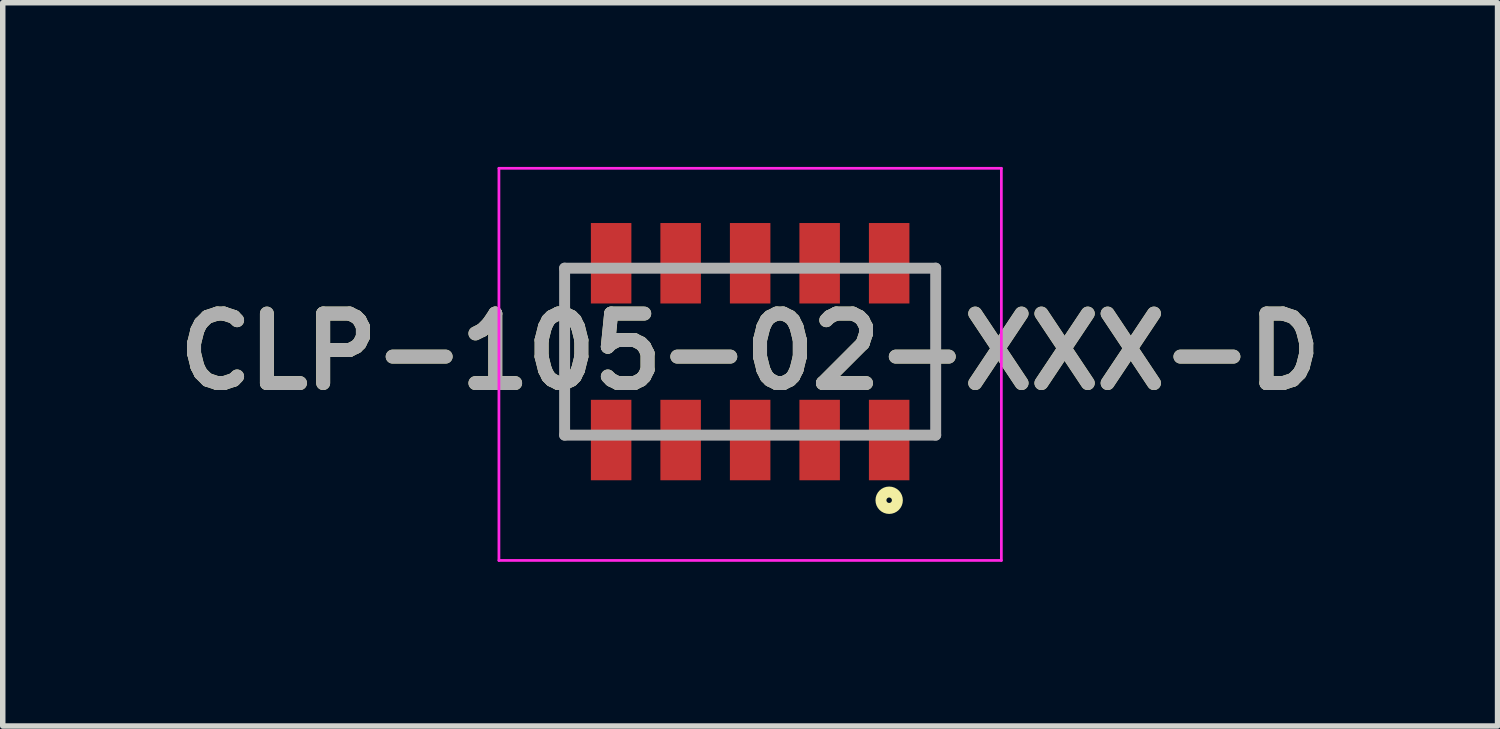
<source format=kicad_pcb>
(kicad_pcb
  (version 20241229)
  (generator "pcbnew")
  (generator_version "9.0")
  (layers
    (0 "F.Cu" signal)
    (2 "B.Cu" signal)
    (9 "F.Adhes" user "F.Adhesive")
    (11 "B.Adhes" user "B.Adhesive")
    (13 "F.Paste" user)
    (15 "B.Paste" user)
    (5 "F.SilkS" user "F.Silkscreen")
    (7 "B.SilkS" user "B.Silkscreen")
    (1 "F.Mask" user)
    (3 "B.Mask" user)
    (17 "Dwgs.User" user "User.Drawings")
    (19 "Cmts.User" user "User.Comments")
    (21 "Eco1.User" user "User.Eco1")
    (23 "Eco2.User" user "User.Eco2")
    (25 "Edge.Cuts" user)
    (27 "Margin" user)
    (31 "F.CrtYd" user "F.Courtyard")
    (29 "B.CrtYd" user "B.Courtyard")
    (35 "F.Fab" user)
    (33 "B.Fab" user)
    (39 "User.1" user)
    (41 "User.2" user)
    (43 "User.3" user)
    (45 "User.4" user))
  (footprint "CLP-105-02-XXX-D"
    (layer "F.Cu")
    (at 10.656 3.375)
    (property "Reference" "CLP-105-02-XXX-D" (at 0 0 0) (layer "F.SilkS") (effects (font (size 1.27 1.27) (thickness 0.254))))
    (attr smd)
    (fp_line (start -3.39 1.525) (end -3.39 -1.525) (stroke (width 0.1) (type solid)) (layer "F.SilkS"))
    (fp_line (start 3.39 -1.525) (end 3.39 1.525) (stroke (width 0.1) (type solid)) (layer "F.SilkS"))
    (fp_circle (center 2.54 2.715) (end 2.54 2.765) (stroke (width 0.2) (type solid)) (fill no) (layer "F.SilkS"))
    (fp_line (start -4.59 -3.35) (end 4.59 -3.35) (stroke (width 0.05) (type solid)) (layer "F.CrtYd"))
    (fp_line (start -4.59 3.815) (end -4.59 -3.35) (stroke (width 0.05) (type solid)) (layer "F.CrtYd"))
    (fp_line (start 4.59 -3.35) (end 4.59 3.815) (stroke (width 0.05) (type solid)) (layer "F.CrtYd"))
    (fp_line (start 4.59 3.815) (end -4.59 3.815) (stroke (width 0.05) (type solid)) (layer "F.CrtYd"))
    (fp_line (start -3.39 -1.525) (end 3.39 -1.525) (stroke (width 0.2) (type solid)) (layer "F.Fab"))
    (fp_line (start -3.39 1.525) (end -3.39 -1.525) (stroke (width 0.2) (type solid)) (layer "F.Fab"))
    (fp_line (start 3.39 -1.525) (end 3.39 1.525) (stroke (width 0.2) (type solid)) (layer "F.Fab"))
    (fp_line (start 3.39 1.525) (end -3.39 1.525) (stroke (width 0.2) (type solid)) (layer "F.Fab"))
    (fp_text user "${REFERENCE}" (at 0 0 0) (layer "F.Fab") (effects (font (size 1.27 1.27) (thickness 0.254))))
    (pad "1" smd rect (at 2.54 1.615) (size 0.74 1.47) (layers "F.Cu" "F.Mask" "F.Paste"))
    (pad "2" smd rect (at 2.54 -1.615) (size 0.74 1.47) (layers "F.Cu" "F.Mask" "F.Paste"))
    (pad "3" smd rect (at 1.27 1.615) (size 0.74 1.47) (layers "F.Cu" "F.Mask" "F.Paste"))
    (pad "4" smd rect (at 1.27 -1.615) (size 0.74 1.47) (layers "F.Cu" "F.Mask" "F.Paste"))
    (pad "5" smd rect (at 0 1.615) (size 0.74 1.47) (layers "F.Cu" "F.Mask" "F.Paste"))
    (pad "6" smd rect (at 0 -1.615) (size 0.74 1.47) (layers "F.Cu" "F.Mask" "F.Paste"))
    (pad "7" smd rect (at -1.27 1.615) (size 0.74 1.47) (layers "F.Cu" "F.Mask" "F.Paste"))
    (pad "8" smd rect (at -1.27 -1.615) (size 0.74 1.47) (layers "F.Cu" "F.Mask" "F.Paste"))
    (pad "9" smd rect (at -2.54 1.615) (size 0.74 1.47) (layers "F.Cu" "F.Mask" "F.Paste"))
    (pad "10" smd rect (at -2.54 -1.615) (size 0.74 1.47) (layers "F.Cu" "F.Mask" "F.Paste")))
  (gr_rect
    (start -3 -3)
    (end 24.312 10.215)
    (stroke (width 0.1) (type default))
    (fill no)
    (layer "Edge.Cuts")))
</source>
